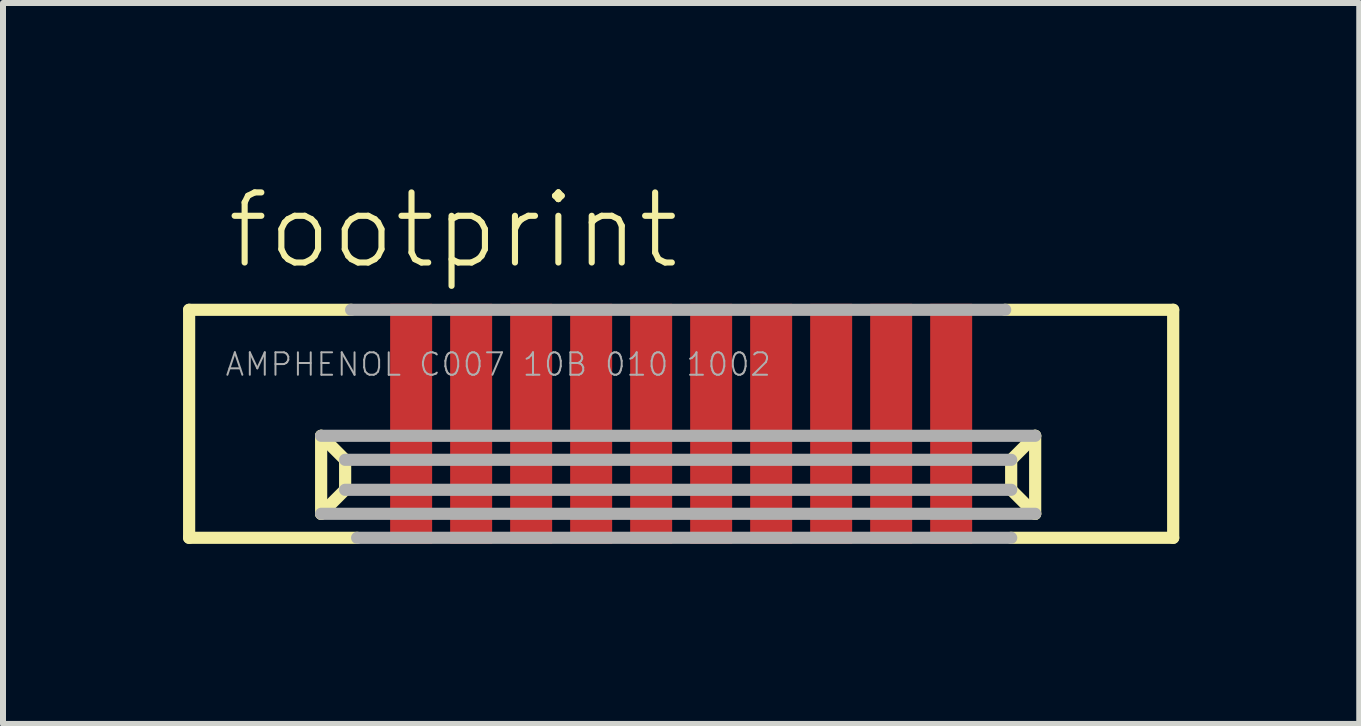
<source format=kicad_pcb>
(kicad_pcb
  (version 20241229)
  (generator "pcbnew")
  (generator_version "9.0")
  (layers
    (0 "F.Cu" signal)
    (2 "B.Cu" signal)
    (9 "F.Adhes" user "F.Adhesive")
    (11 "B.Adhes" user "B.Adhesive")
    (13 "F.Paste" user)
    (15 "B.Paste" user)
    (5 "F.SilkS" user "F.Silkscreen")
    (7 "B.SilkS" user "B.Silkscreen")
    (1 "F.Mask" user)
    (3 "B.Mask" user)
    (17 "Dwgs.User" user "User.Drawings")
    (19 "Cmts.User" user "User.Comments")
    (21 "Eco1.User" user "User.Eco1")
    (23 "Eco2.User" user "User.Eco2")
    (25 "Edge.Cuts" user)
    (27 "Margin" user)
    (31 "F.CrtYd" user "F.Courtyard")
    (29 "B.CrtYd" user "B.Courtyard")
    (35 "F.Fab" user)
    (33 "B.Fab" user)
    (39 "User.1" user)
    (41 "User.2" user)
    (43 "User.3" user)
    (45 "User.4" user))
  (footprint "footprint"
    (layer "F.Cu")
    (at 8.302 4.013)
    (property "Reference" "footprint" (at -7.62 -2.54 0) (layer "F.SilkS") (effects (font (size 1.168 1.168) (thickness 0.102)) (justify left bottom)))
    (fp_line (start -8.2 -1.9) (end -5.5 -1.9) (stroke (width 0.203) (type solid)) (layer "F.SilkS"))
    (fp_line (start -8.2 1.9) (end -8.2 -1.9) (stroke (width 0.203) (type solid)) (layer "F.SilkS"))
    (fp_line (start -6 0.2) (end -6 1.5) (stroke (width 0.203) (type solid)) (layer "F.SilkS"))
    (fp_line (start -6 0.2) (end -5.6 0.6) (stroke (width 0.203) (type solid)) (layer "F.SilkS"))
    (fp_line (start -6 1.5) (end -5.6 1.1) (stroke (width 0.203) (type solid)) (layer "F.SilkS"))
    (fp_line (start -5.6 1.1) (end -5.6 0.6) (stroke (width 0.203) (type solid)) (layer "F.SilkS"))
    (fp_line (start -5.4 1.9) (end -8.2 1.9) (stroke (width 0.203) (type solid)) (layer "F.SilkS"))
    (fp_line (start 5.4 -1.9) (end 8.2 -1.9) (stroke (width 0.203) (type solid)) (layer "F.SilkS"))
    (fp_line (start 5.5 0.6) (end 5.5 1.1) (stroke (width 0.203) (type solid)) (layer "F.SilkS"))
    (fp_line (start 5.9 0.2) (end 5.5 0.6) (stroke (width 0.203) (type solid)) (layer "F.SilkS"))
    (fp_line (start 5.9 1.5) (end 5.5 1.1) (stroke (width 0.203) (type solid)) (layer "F.SilkS"))
    (fp_line (start 5.9 1.5) (end 5.9 0.2) (stroke (width 0.203) (type solid)) (layer "F.SilkS"))
    (fp_line (start 8.2 -1.9) (end 8.2 1.9) (stroke (width 0.203) (type solid)) (layer "F.SilkS"))
    (fp_line (start 8.2 1.9) (end 5.5 1.9) (stroke (width 0.203) (type solid)) (layer "F.SilkS"))
    (fp_line (start -5.6 0.6) (end 5.5 0.6) (stroke (width 0.203) (type solid)) (layer "F.Fab"))
    (fp_line (start -5.5 -1.9) (end 5.4 -1.9) (stroke (width 0.203) (type solid)) (layer "F.Fab"))
    (fp_line (start 5.5 1.1) (end -5.6 1.1) (stroke (width 0.203) (type solid)) (layer "F.Fab"))
    (fp_line (start 5.5 1.9) (end -5.4 1.9) (stroke (width 0.203) (type solid)) (layer "F.Fab"))
    (fp_line (start 5.9 0.2) (end -6 0.2) (stroke (width 0.203) (type solid)) (layer "F.Fab"))
    (fp_line (start 5.9 1.5) (end -6 1.5) (stroke (width 0.203) (type solid)) (layer "F.Fab"))
    (fp_text user "AMPHENOL C007 10B 010 1002" (at -7.62 -0.77 0) (layer "F.Fab") (effects (font (size 0.374 0.374) (thickness 0.033)) (justify left bottom)))
    (pad "1" smd rect (at -4.5 0) (size 0.7 4) (layers "F.Cu" "F.Mask" "F.Paste"))
    (pad "2" smd rect (at -3.5 0) (size 0.7 4) (layers "F.Cu" "F.Mask" "F.Paste"))
    (pad "3" smd rect (at -2.5 0) (size 0.7 4) (layers "F.Cu" "F.Mask" "F.Paste"))
    (pad "4" smd rect (at -1.5 0) (size 0.7 4) (layers "F.Cu" "F.Mask" "F.Paste"))
    (pad "5" smd rect (at -0.5 0) (size 0.7 4) (layers "F.Cu" "F.Mask" "F.Paste"))
    (pad "6" smd rect (at 0.5 0) (size 0.7 4) (layers "F.Cu" "F.Mask" "F.Paste"))
    (pad "7" smd rect (at 1.5 0) (size 0.7 4) (layers "F.Cu" "F.Mask" "F.Paste"))
    (pad "8" smd rect (at 2.5 0) (size 0.7 4) (layers "F.Cu" "F.Mask" "F.Paste"))
    (pad "9" smd rect (at 3.5 0) (size 0.7 4) (layers "F.Cu" "F.Mask" "F.Paste"))
    (pad "10" smd rect (at 4.5 0) (size 0.7 4) (layers "F.Cu" "F.Mask" "F.Paste")))
  (gr_rect
    (start -3 -3)
    (end 19.603 9.015)
    (stroke (width 0.1) (type default))
    (fill no)
    (layer "Edge.Cuts")))
</source>
